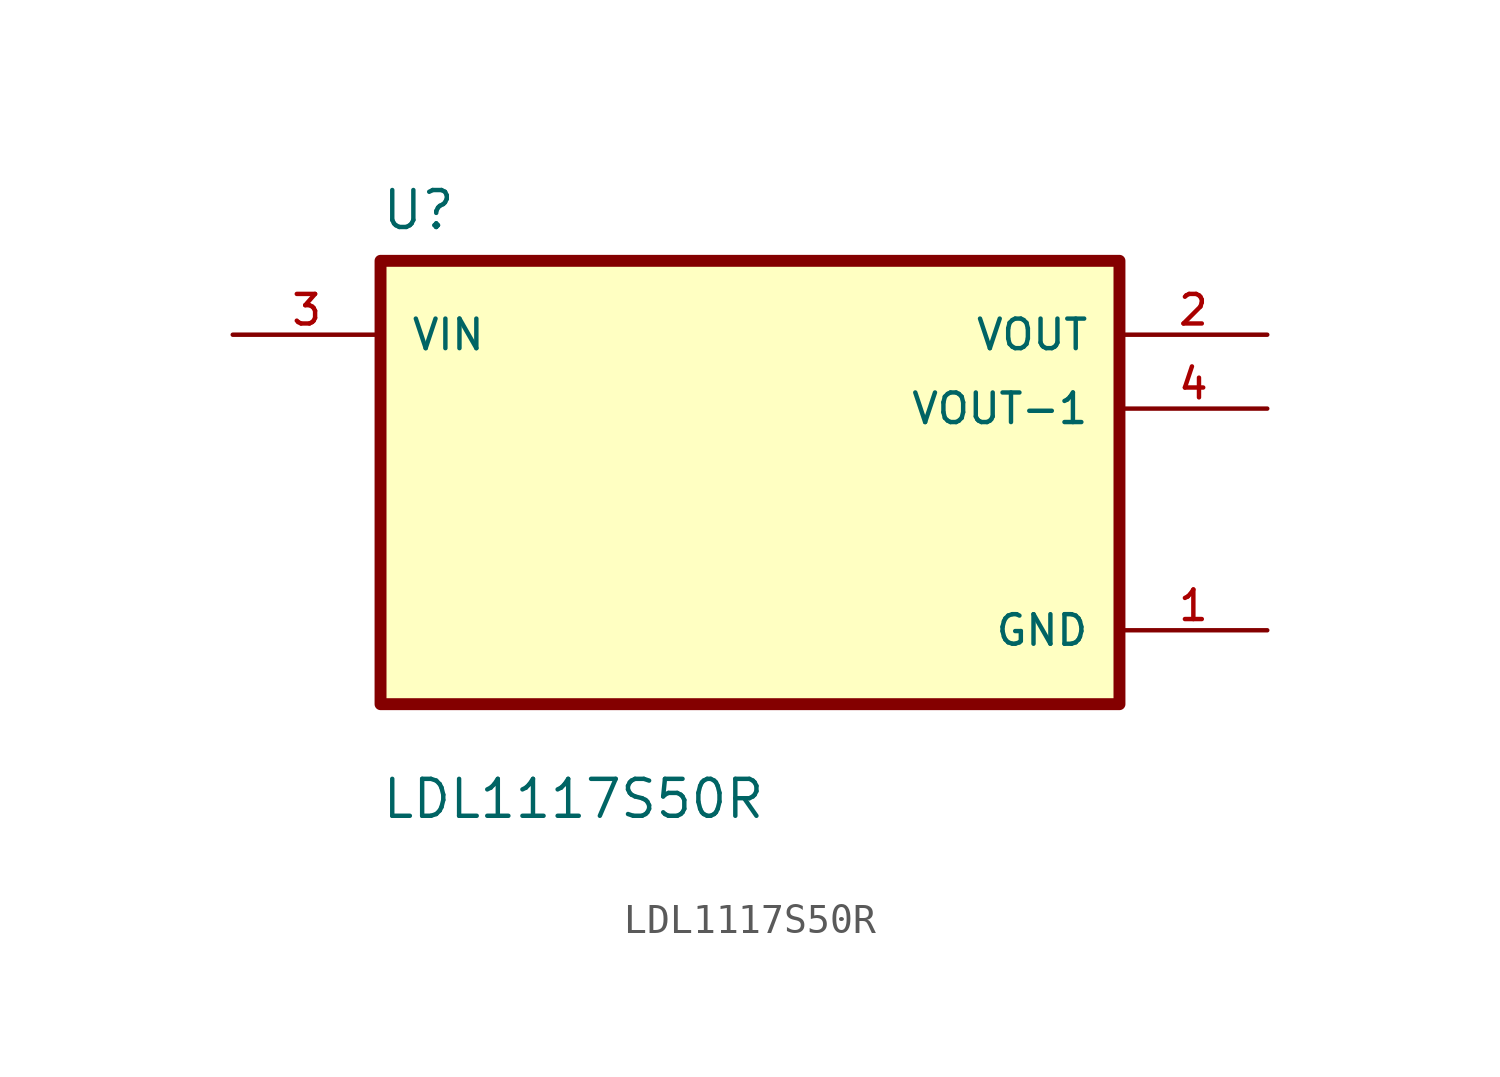
<source format=kicad_sym>
(kicad_symbol_lib
  (version 20211014)
  (generator kicad_symbol_editor)
  (symbol "LDL1117S50R"
    (pin_names
      (offset 1.016))
    (property "Reference" "U"
      (at -12.7 8.62 0.0)
      (effects (font (size 1.27 1.27)) (justify bottom left)))
    (property "Value" "LDL1117S50R"
      (at -12.7 -11.62 0.0)
      (effects (font (size 1.27 1.27)) (justify bottom left)))
    (symbol "LDL1117S50R_0_0"
      (rectangle (start -12.7 -7.62) (end 12.7 7.62) (stroke (width 0.41)) (fill (type background)))
      (pin input line (at -17.78 5.08 0) (length 5.08) (name "VIN" (effects (font (size 1.016 1.016)))) (number "3" (effects (font (size 1.016 1.016)))))
      (pin output line (at 17.78 5.08 180.0) (length 5.08) (name "VOUT" (effects (font (size 1.016 1.016)))) (number "2" (effects (font (size 1.016 1.016)))))
      (pin output line (at 17.78 2.54 180.0) (length 5.08) (name "VOUT-1" (effects (font (size 1.016 1.016)))) (number "4" (effects (font (size 1.016 1.016)))))
      (pin power_in line (at 17.78 -5.08 180.0) (length 5.08) (name "GND" (effects (font (size 1.016 1.016)))) (number "1" (effects (font (size 1.016 1.016))))))))
</source>
